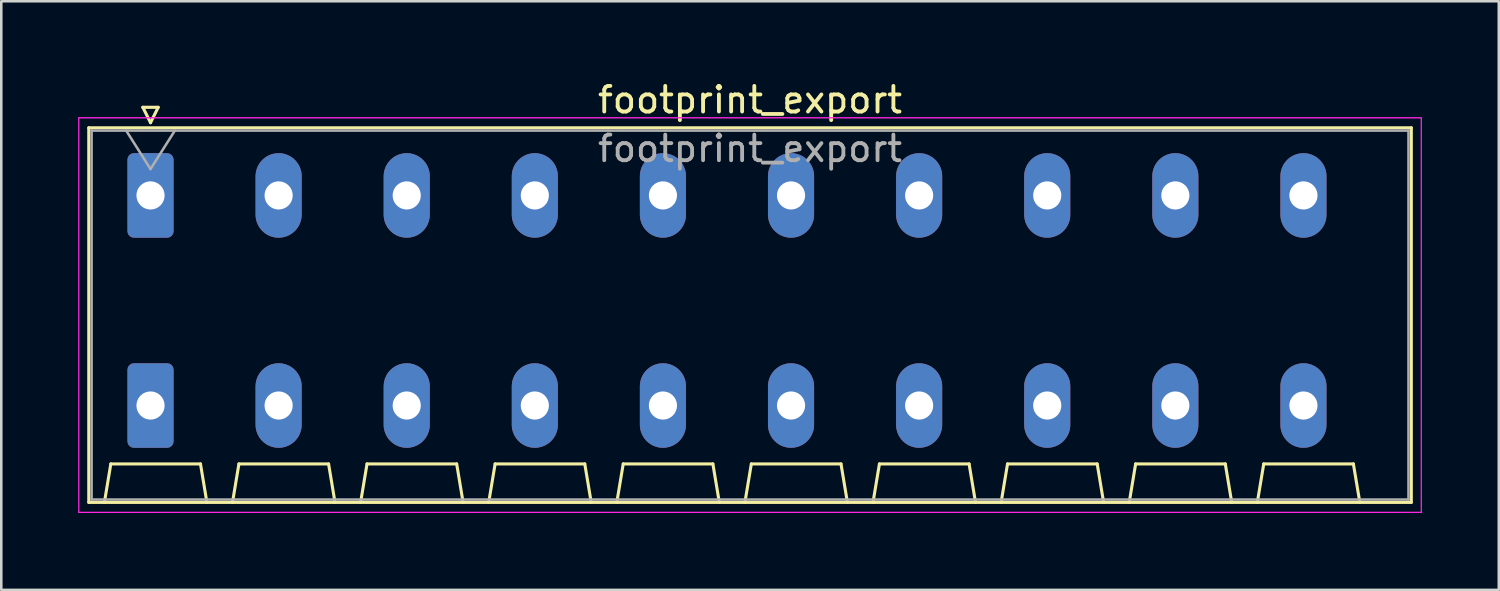
<source format=kicad_pcb>
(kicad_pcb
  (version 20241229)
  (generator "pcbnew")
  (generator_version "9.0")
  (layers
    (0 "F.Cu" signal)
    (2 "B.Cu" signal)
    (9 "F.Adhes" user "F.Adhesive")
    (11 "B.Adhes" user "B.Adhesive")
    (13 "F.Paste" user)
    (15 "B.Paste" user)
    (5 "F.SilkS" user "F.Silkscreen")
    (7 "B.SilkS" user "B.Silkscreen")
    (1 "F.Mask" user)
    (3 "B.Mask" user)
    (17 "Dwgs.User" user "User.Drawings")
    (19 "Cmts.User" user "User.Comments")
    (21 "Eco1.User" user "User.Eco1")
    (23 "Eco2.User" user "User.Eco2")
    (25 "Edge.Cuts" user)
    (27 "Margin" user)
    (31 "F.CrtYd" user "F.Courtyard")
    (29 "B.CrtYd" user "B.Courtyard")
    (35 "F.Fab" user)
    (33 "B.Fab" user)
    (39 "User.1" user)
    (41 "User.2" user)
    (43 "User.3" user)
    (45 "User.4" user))
  (footprint "footprint_export"
    (layer "F.Cu")
    (at 2.825 4.578)
    (property "Reference" "footprint_export" (at 23.4 -3.73 0) (layer "F.SilkS") (effects (font (size 1 1) (thickness 0.15))))
    (attr through_hole)
    (fp_line (start -2.41 -2.64) (end 49.21 -2.64) (stroke (width 0.12) (type solid)) (layer "F.SilkS"))
    (fp_line (start -2.41 11.98) (end -2.41 -2.64) (stroke (width 0.12) (type solid)) (layer "F.SilkS"))
    (fp_line (start -1.8 11.98) (end -1.55 10.48) (stroke (width 0.12) (type solid)) (layer "F.SilkS"))
    (fp_line (start -1.55 10.48) (end 1.95 10.48) (stroke (width 0.12) (type solid)) (layer "F.SilkS"))
    (fp_line (start -0.3 -3.44) (end 0 -2.84) (stroke (width 0.12) (type solid)) (layer "F.SilkS"))
    (fp_line (start -0.3 -3.44) (end 0.3 -3.44) (stroke (width 0.12) (type solid)) (layer "F.SilkS"))
    (fp_line (start 0.3 -3.44) (end 0 -2.84) (stroke (width 0.12) (type solid)) (layer "F.SilkS"))
    (fp_line (start 2.2 11.98) (end 1.95 10.48) (stroke (width 0.12) (type solid)) (layer "F.SilkS"))
    (fp_line (start 3.2 11.98) (end 3.45 10.48) (stroke (width 0.12) (type solid)) (layer "F.SilkS"))
    (fp_line (start 3.45 10.48) (end 6.95 10.48) (stroke (width 0.12) (type solid)) (layer "F.SilkS"))
    (fp_line (start 7.2 11.98) (end 6.95 10.48) (stroke (width 0.12) (type solid)) (layer "F.SilkS"))
    (fp_line (start 8.2 11.98) (end 8.45 10.48) (stroke (width 0.12) (type solid)) (layer "F.SilkS"))
    (fp_line (start 8.45 10.48) (end 11.95 10.48) (stroke (width 0.12) (type solid)) (layer "F.SilkS"))
    (fp_line (start 12.2 11.98) (end 11.95 10.48) (stroke (width 0.12) (type solid)) (layer "F.SilkS"))
    (fp_line (start 13.2 11.98) (end 13.45 10.48) (stroke (width 0.12) (type solid)) (layer "F.SilkS"))
    (fp_line (start 13.45 10.48) (end 16.95 10.48) (stroke (width 0.12) (type solid)) (layer "F.SilkS"))
    (fp_line (start 17.2 11.98) (end 16.95 10.48) (stroke (width 0.12) (type solid)) (layer "F.SilkS"))
    (fp_line (start 18.2 11.98) (end 18.45 10.48) (stroke (width 0.12) (type solid)) (layer "F.SilkS"))
    (fp_line (start 18.45 10.48) (end 21.95 10.48) (stroke (width 0.12) (type solid)) (layer "F.SilkS"))
    (fp_line (start 22.2 11.98) (end 21.95 10.48) (stroke (width 0.12) (type solid)) (layer "F.SilkS"))
    (fp_line (start 23.2 11.98) (end 23.45 10.48) (stroke (width 0.12) (type solid)) (layer "F.SilkS"))
    (fp_line (start 23.45 10.48) (end 26.95 10.48) (stroke (width 0.12) (type solid)) (layer "F.SilkS"))
    (fp_line (start 27.2 11.98) (end 26.95 10.48) (stroke (width 0.12) (type solid)) (layer "F.SilkS"))
    (fp_line (start 28.2 11.98) (end 28.45 10.48) (stroke (width 0.12) (type solid)) (layer "F.SilkS"))
    (fp_line (start 28.45 10.48) (end 31.95 10.48) (stroke (width 0.12) (type solid)) (layer "F.SilkS"))
    (fp_line (start 32.2 11.98) (end 31.95 10.48) (stroke (width 0.12) (type solid)) (layer "F.SilkS"))
    (fp_line (start 33.2 11.98) (end 33.45 10.48) (stroke (width 0.12) (type solid)) (layer "F.SilkS"))
    (fp_line (start 33.45 10.48) (end 36.95 10.48) (stroke (width 0.12) (type solid)) (layer "F.SilkS"))
    (fp_line (start 37.2 11.98) (end 36.95 10.48) (stroke (width 0.12) (type solid)) (layer "F.SilkS"))
    (fp_line (start 38.2 11.98) (end 38.45 10.48) (stroke (width 0.12) (type solid)) (layer "F.SilkS"))
    (fp_line (start 38.45 10.48) (end 41.95 10.48) (stroke (width 0.12) (type solid)) (layer "F.SilkS"))
    (fp_line (start 42.2 11.98) (end 41.95 10.48) (stroke (width 0.12) (type solid)) (layer "F.SilkS"))
    (fp_line (start 43.2 11.98) (end 43.45 10.48) (stroke (width 0.12) (type solid)) (layer "F.SilkS"))
    (fp_line (start 43.45 10.48) (end 46.95 10.48) (stroke (width 0.12) (type solid)) (layer "F.SilkS"))
    (fp_line (start 47.2 11.98) (end 46.95 10.48) (stroke (width 0.12) (type solid)) (layer "F.SilkS"))
    (fp_line (start 49.21 -2.64) (end 49.21 11.98) (stroke (width 0.12) (type solid)) (layer "F.SilkS"))
    (fp_line (start 49.21 11.98) (end -2.41 11.98) (stroke (width 0.12) (type solid)) (layer "F.SilkS"))
    (fp_line (start -2.8 -3.03) (end -2.8 12.37) (stroke (width 0.05) (type solid)) (layer "F.CrtYd"))
    (fp_line (start -2.8 12.37) (end 49.6 12.37) (stroke (width 0.05) (type solid)) (layer "F.CrtYd"))
    (fp_line (start 49.6 -3.03) (end -2.8 -3.03) (stroke (width 0.05) (type solid)) (layer "F.CrtYd"))
    (fp_line (start 49.6 12.37) (end 49.6 -3.03) (stroke (width 0.05) (type solid)) (layer "F.CrtYd"))
    (fp_line (start -2.3 -2.53) (end -2.3 11.87) (stroke (width 0.1) (type solid)) (layer "F.Fab"))
    (fp_line (start -2.3 11.87) (end 49.1 11.87) (stroke (width 0.1) (type solid)) (layer "F.Fab"))
    (fp_line (start -0.95 -2.53) (end 0 -1.03) (stroke (width 0.1) (type solid)) (layer "F.Fab"))
    (fp_line (start 0.95 -2.53) (end 0 -1.03) (stroke (width 0.1) (type solid)) (layer "F.Fab"))
    (fp_line (start 49.1 -2.53) (end -2.3 -2.53) (stroke (width 0.1) (type solid)) (layer "F.Fab"))
    (fp_line (start 49.1 11.87) (end 49.1 -2.53) (stroke (width 0.1) (type solid)) (layer "F.Fab"))
    (fp_text user "${REFERENCE}" (at 23.4 -1.83 0) (layer "F.Fab") (effects (font (size 1 1) (thickness 0.15))))
    (pad "1" thru_hole roundrect (at 0 0) (size 1.8 3.3) (drill 1.1) (layers "*.Cu" "*.Mask") (roundrect_rratio 0.139))
    (pad "1" thru_hole roundrect (at 0 8.2) (size 1.8 3.3) (drill 1.1) (layers "*.Cu" "*.Mask") (roundrect_rratio 0.139))
    (pad "2" thru_hole oval (at 5 0) (size 1.8 3.3) (drill 1.1) (layers "*.Cu" "*.Mask"))
    (pad "2" thru_hole oval (at 5 8.2) (size 1.8 3.3) (drill 1.1) (layers "*.Cu" "*.Mask"))
    (pad "3" thru_hole oval (at 10 0) (size 1.8 3.3) (drill 1.1) (layers "*.Cu" "*.Mask"))
    (pad "3" thru_hole oval (at 10 8.2) (size 1.8 3.3) (drill 1.1) (layers "*.Cu" "*.Mask"))
    (pad "4" thru_hole oval (at 15 0) (size 1.8 3.3) (drill 1.1) (layers "*.Cu" "*.Mask"))
    (pad "4" thru_hole oval (at 15 8.2) (size 1.8 3.3) (drill 1.1) (layers "*.Cu" "*.Mask"))
    (pad "5" thru_hole oval (at 20 0) (size 1.8 3.3) (drill 1.1) (layers "*.Cu" "*.Mask"))
    (pad "5" thru_hole oval (at 20 8.2) (size 1.8 3.3) (drill 1.1) (layers "*.Cu" "*.Mask"))
    (pad "6" thru_hole oval (at 25 0) (size 1.8 3.3) (drill 1.1) (layers "*.Cu" "*.Mask"))
    (pad "6" thru_hole oval (at 25 8.2) (size 1.8 3.3) (drill 1.1) (layers "*.Cu" "*.Mask"))
    (pad "7" thru_hole oval (at 30 0) (size 1.8 3.3) (drill 1.1) (layers "*.Cu" "*.Mask"))
    (pad "7" thru_hole oval (at 30 8.2) (size 1.8 3.3) (drill 1.1) (layers "*.Cu" "*.Mask"))
    (pad "8" thru_hole oval (at 35 0) (size 1.8 3.3) (drill 1.1) (layers "*.Cu" "*.Mask"))
    (pad "8" thru_hole oval (at 35 8.2) (size 1.8 3.3) (drill 1.1) (layers "*.Cu" "*.Mask"))
    (pad "9" thru_hole oval (at 40 0) (size 1.8 3.3) (drill 1.1) (layers "*.Cu" "*.Mask"))
    (pad "9" thru_hole oval (at 40 8.2) (size 1.8 3.3) (drill 1.1) (layers "*.Cu" "*.Mask"))
    (pad "10" thru_hole oval (at 45 0) (size 1.8 3.3) (drill 1.1) (layers "*.Cu" "*.Mask"))
    (pad "10" thru_hole oval (at 45 8.2) (size 1.8 3.3) (drill 1.1) (layers "*.Cu" "*.Mask")))
  (gr_rect
    (start -3 -3)
    (end 55.45 19.973)
    (stroke (width 0.1) (type default))
    (fill no)
    (layer "Edge.Cuts")))
</source>
